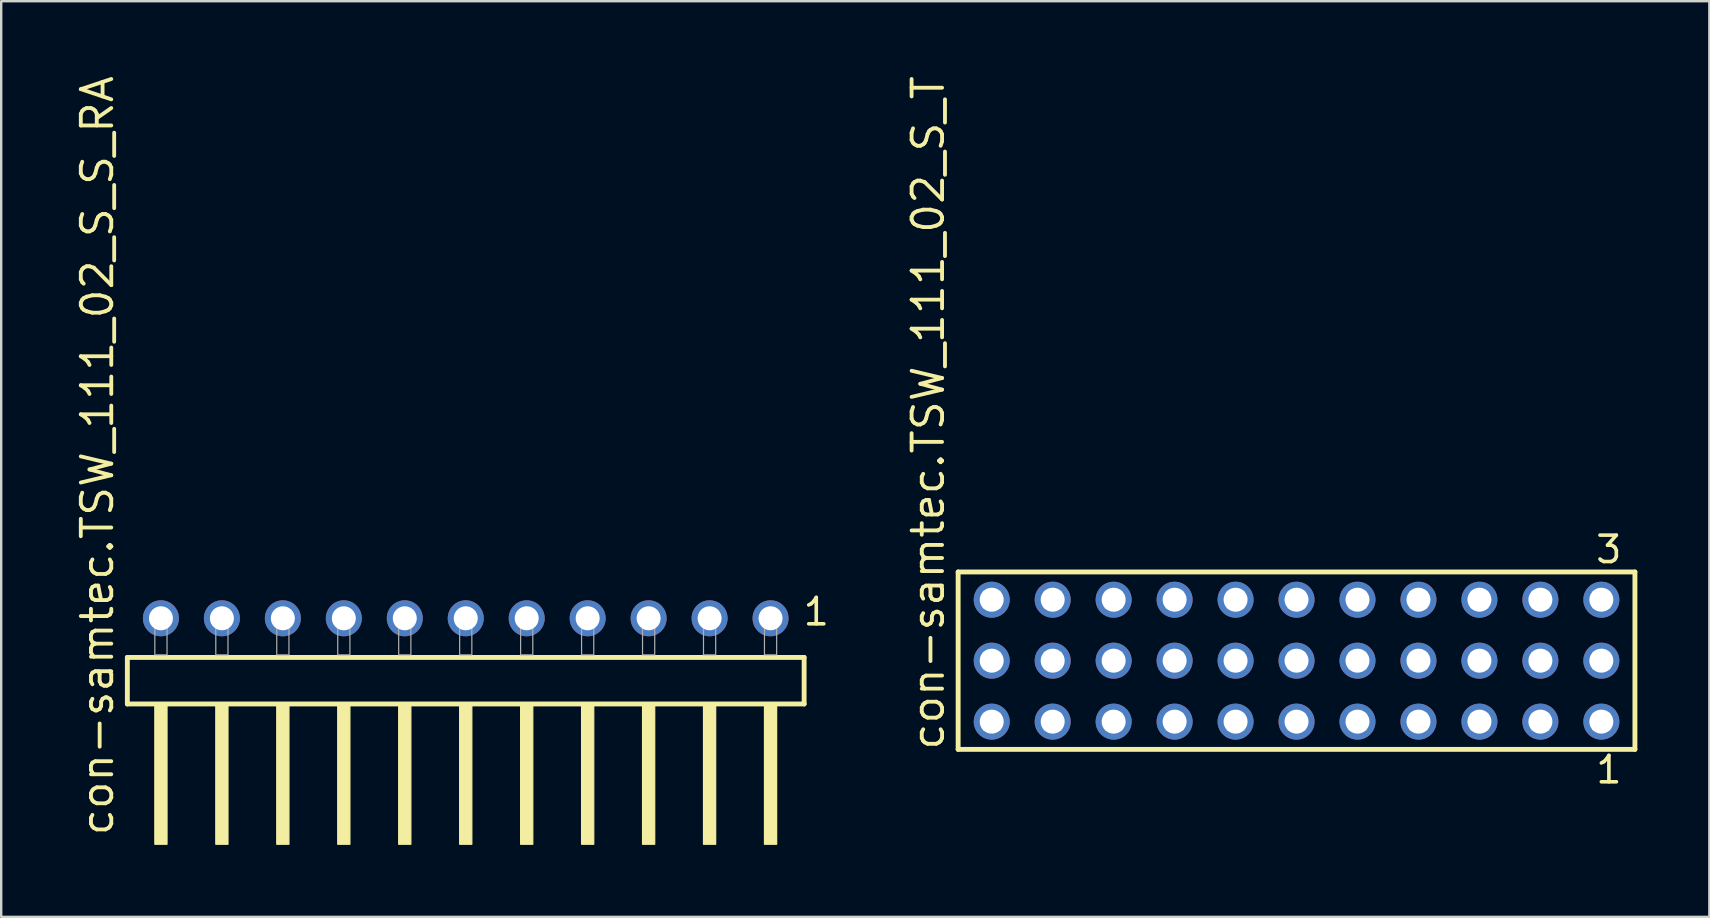
<source format=kicad_pcb>
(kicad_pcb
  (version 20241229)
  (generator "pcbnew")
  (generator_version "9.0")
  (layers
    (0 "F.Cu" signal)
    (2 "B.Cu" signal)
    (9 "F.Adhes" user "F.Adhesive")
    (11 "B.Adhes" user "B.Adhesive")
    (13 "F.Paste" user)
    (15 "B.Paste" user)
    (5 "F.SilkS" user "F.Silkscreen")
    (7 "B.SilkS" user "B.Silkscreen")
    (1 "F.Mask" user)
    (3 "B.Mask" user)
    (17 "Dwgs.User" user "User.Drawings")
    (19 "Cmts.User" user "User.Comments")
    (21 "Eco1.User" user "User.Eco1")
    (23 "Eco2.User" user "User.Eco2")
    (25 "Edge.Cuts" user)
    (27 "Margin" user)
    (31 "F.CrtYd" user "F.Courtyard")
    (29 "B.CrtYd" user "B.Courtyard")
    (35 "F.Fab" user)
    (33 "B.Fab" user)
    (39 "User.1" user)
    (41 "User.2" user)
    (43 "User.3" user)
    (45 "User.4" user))
  (footprint "con-samtec.TSW_111_02_S_T"
    (layer "F.Cu")
    (at 50.97 24.477)
    (property "Reference" "con-samtec.TSW_111_02_S_T" (at -14.605 3.81 90) (layer "F.SilkS") (effects (font (size 1.27 1.27) (thickness 0.16)) (justify left bottom)))
    (attr through_hole)
    (fp_line (start -14.099 -3.695) (end 14.099 -3.695) (stroke (width 0.203) (type default)) (layer "F.SilkS"))
    (fp_line (start -14.099 3.695) (end -14.099 -3.695) (stroke (width 0.203) (type default)) (layer "F.SilkS"))
    (fp_line (start 14.099 -3.695) (end 14.099 3.695) (stroke (width 0.203) (type default)) (layer "F.SilkS"))
    (fp_line (start 14.099 3.695) (end -14.099 3.695) (stroke (width 0.203) (type default)) (layer "F.SilkS"))
    (fp_rect (start -13.05 -2.19) (end -12.35 -2.89) (stroke (width 0.05) (type default)) (fill no) (layer "F.Fab"))
    (fp_rect (start -13.05 0.35) (end -12.35 -0.35) (stroke (width 0.05) (type default)) (fill no) (layer "F.Fab"))
    (fp_rect (start -13.05 2.89) (end -12.35 2.19) (stroke (width 0.05) (type default)) (fill no) (layer "F.Fab"))
    (fp_rect (start -10.51 -2.19) (end -9.81 -2.89) (stroke (width 0.05) (type default)) (fill no) (layer "F.Fab"))
    (fp_rect (start -10.51 0.35) (end -9.81 -0.35) (stroke (width 0.05) (type default)) (fill no) (layer "F.Fab"))
    (fp_rect (start -10.51 2.89) (end -9.81 2.19) (stroke (width 0.05) (type default)) (fill no) (layer "F.Fab"))
    (fp_rect (start -7.97 -2.19) (end -7.27 -2.89) (stroke (width 0.05) (type default)) (fill no) (layer "F.Fab"))
    (fp_rect (start -7.97 0.35) (end -7.27 -0.35) (stroke (width 0.05) (type default)) (fill no) (layer "F.Fab"))
    (fp_rect (start -7.97 2.89) (end -7.27 2.19) (stroke (width 0.05) (type default)) (fill no) (layer "F.Fab"))
    (fp_rect (start -5.43 -2.19) (end -4.73 -2.89) (stroke (width 0.05) (type default)) (fill no) (layer "F.Fab"))
    (fp_rect (start -5.43 0.35) (end -4.73 -0.35) (stroke (width 0.05) (type default)) (fill no) (layer "F.Fab"))
    (fp_rect (start -5.43 2.89) (end -4.73 2.19) (stroke (width 0.05) (type default)) (fill no) (layer "F.Fab"))
    (fp_rect (start -2.89 -2.19) (end -2.19 -2.89) (stroke (width 0.05) (type default)) (fill no) (layer "F.Fab"))
    (fp_rect (start -2.89 0.35) (end -2.19 -0.35) (stroke (width 0.05) (type default)) (fill no) (layer "F.Fab"))
    (fp_rect (start -2.89 2.89) (end -2.19 2.19) (stroke (width 0.05) (type default)) (fill no) (layer "F.Fab"))
    (fp_rect (start -0.35 -2.19) (end 0.35 -2.89) (stroke (width 0.05) (type default)) (fill no) (layer "F.Fab"))
    (fp_rect (start -0.35 0.35) (end 0.35 -0.35) (stroke (width 0.05) (type default)) (fill no) (layer "F.Fab"))
    (fp_rect (start -0.35 2.89) (end 0.35 2.19) (stroke (width 0.05) (type default)) (fill no) (layer "F.Fab"))
    (fp_rect (start 2.19 -2.19) (end 2.89 -2.89) (stroke (width 0.05) (type default)) (fill no) (layer "F.Fab"))
    (fp_rect (start 2.19 0.35) (end 2.89 -0.35) (stroke (width 0.05) (type default)) (fill no) (layer "F.Fab"))
    (fp_rect (start 2.19 2.89) (end 2.89 2.19) (stroke (width 0.05) (type default)) (fill no) (layer "F.Fab"))
    (fp_rect (start 4.73 -2.19) (end 5.43 -2.89) (stroke (width 0.05) (type default)) (fill no) (layer "F.Fab"))
    (fp_rect (start 4.73 0.35) (end 5.43 -0.35) (stroke (width 0.05) (type default)) (fill no) (layer "F.Fab"))
    (fp_rect (start 4.73 2.89) (end 5.43 2.19) (stroke (width 0.05) (type default)) (fill no) (layer "F.Fab"))
    (fp_rect (start 7.27 -2.19) (end 7.97 -2.89) (stroke (width 0.05) (type default)) (fill no) (layer "F.Fab"))
    (fp_rect (start 7.27 0.35) (end 7.97 -0.35) (stroke (width 0.05) (type default)) (fill no) (layer "F.Fab"))
    (fp_rect (start 7.27 2.89) (end 7.97 2.19) (stroke (width 0.05) (type default)) (fill no) (layer "F.Fab"))
    (fp_rect (start 9.81 -2.19) (end 10.51 -2.89) (stroke (width 0.05) (type default)) (fill no) (layer "F.Fab"))
    (fp_rect (start 9.81 0.35) (end 10.51 -0.35) (stroke (width 0.05) (type default)) (fill no) (layer "F.Fab"))
    (fp_rect (start 9.81 2.89) (end 10.51 2.19) (stroke (width 0.05) (type default)) (fill no) (layer "F.Fab"))
    (fp_rect (start 12.35 -2.19) (end 13.05 -2.89) (stroke (width 0.05) (type default)) (fill no) (layer "F.Fab"))
    (fp_rect (start 12.35 0.35) (end 13.05 -0.35) (stroke (width 0.05) (type default)) (fill no) (layer "F.Fab"))
    (fp_rect (start 12.35 2.89) (end 13.05 2.19) (stroke (width 0.05) (type default)) (fill no) (layer "F.Fab"))
    (fp_text user "1" (at 12.392 5.188 0) (layer "F.SilkS") (effects (font (size 1.1 1.1) (thickness 0.15)) (justify left bottom)))
    (fp_text user "3" (at 12.388 -3.989 0) (layer "F.SilkS") (effects (font (size 1.1 1.1) (thickness 0.15)) (justify left bottom)))
    (pad "1" thru_hole circle (at 12.7 2.54 180) (size 1.5 1.5) (drill 1) (layers "*.Cu" "*.Mask"))
    (pad "2" thru_hole circle (at 12.7 0 180) (size 1.5 1.5) (drill 1) (layers "*.Cu" "*.Mask"))
    (pad "3" thru_hole circle (at 12.7 -2.54 180) (size 1.5 1.5) (drill 1) (layers "*.Cu" "*.Mask"))
    (pad "4" thru_hole circle (at 10.16 2.54 180) (size 1.5 1.5) (drill 1) (layers "*.Cu" "*.Mask"))
    (pad "5" thru_hole circle (at 10.16 0 180) (size 1.5 1.5) (drill 1) (layers "*.Cu" "*.Mask"))
    (pad "6" thru_hole circle (at 10.16 -2.54 180) (size 1.5 1.5) (drill 1) (layers "*.Cu" "*.Mask"))
    (pad "7" thru_hole circle (at 7.62 2.54 180) (size 1.5 1.5) (drill 1) (layers "*.Cu" "*.Mask"))
    (pad "8" thru_hole circle (at 7.62 0 180) (size 1.5 1.5) (drill 1) (layers "*.Cu" "*.Mask"))
    (pad "9" thru_hole circle (at 7.62 -2.54 180) (size 1.5 1.5) (drill 1) (layers "*.Cu" "*.Mask"))
    (pad "10" thru_hole circle (at 5.08 2.54 180) (size 1.5 1.5) (drill 1) (layers "*.Cu" "*.Mask"))
    (pad "11" thru_hole circle (at 5.08 0 180) (size 1.5 1.5) (drill 1) (layers "*.Cu" "*.Mask"))
    (pad "12" thru_hole circle (at 5.08 -2.54 180) (size 1.5 1.5) (drill 1) (layers "*.Cu" "*.Mask"))
    (pad "13" thru_hole circle (at 2.54 2.54 180) (size 1.5 1.5) (drill 1) (layers "*.Cu" "*.Mask"))
    (pad "14" thru_hole circle (at 2.54 0 180) (size 1.5 1.5) (drill 1) (layers "*.Cu" "*.Mask"))
    (pad "15" thru_hole circle (at 2.54 -2.54 180) (size 1.5 1.5) (drill 1) (layers "*.Cu" "*.Mask"))
    (pad "16" thru_hole circle (at 0 2.54 180) (size 1.5 1.5) (drill 1) (layers "*.Cu" "*.Mask"))
    (pad "17" thru_hole circle (at 0 0 180) (size 1.5 1.5) (drill 1) (layers "*.Cu" "*.Mask"))
    (pad "18" thru_hole circle (at 0 -2.54 180) (size 1.5 1.5) (drill 1) (layers "*.Cu" "*.Mask"))
    (pad "19" thru_hole circle (at -2.54 2.54 180) (size 1.5 1.5) (drill 1) (layers "*.Cu" "*.Mask"))
    (pad "20" thru_hole circle (at -2.54 0 180) (size 1.5 1.5) (drill 1) (layers "*.Cu" "*.Mask"))
    (pad "21" thru_hole circle (at -2.54 -2.54 180) (size 1.5 1.5) (drill 1) (layers "*.Cu" "*.Mask"))
    (pad "22" thru_hole circle (at -5.08 2.54 180) (size 1.5 1.5) (drill 1) (layers "*.Cu" "*.Mask"))
    (pad "23" thru_hole circle (at -5.08 0 180) (size 1.5 1.5) (drill 1) (layers "*.Cu" "*.Mask"))
    (pad "24" thru_hole circle (at -5.08 -2.54 180) (size 1.5 1.5) (drill 1) (layers "*.Cu" "*.Mask"))
    (pad "25" thru_hole circle (at -7.62 2.54 180) (size 1.5 1.5) (drill 1) (layers "*.Cu" "*.Mask"))
    (pad "26" thru_hole circle (at -7.62 0 180) (size 1.5 1.5) (drill 1) (layers "*.Cu" "*.Mask"))
    (pad "27" thru_hole circle (at -7.62 -2.54 180) (size 1.5 1.5) (drill 1) (layers "*.Cu" "*.Mask"))
    (pad "28" thru_hole circle (at -10.16 2.54 180) (size 1.5 1.5) (drill 1) (layers "*.Cu" "*.Mask"))
    (pad "29" thru_hole circle (at -10.16 0 180) (size 1.5 1.5) (drill 1) (layers "*.Cu" "*.Mask"))
    (pad "30" thru_hole circle (at -10.16 -2.54 180) (size 1.5 1.5) (drill 1) (layers "*.Cu" "*.Mask"))
    (pad "31" thru_hole circle (at -12.7 2.54 180) (size 1.5 1.5) (drill 1) (layers "*.Cu" "*.Mask"))
    (pad "32" thru_hole circle (at -12.7 0 180) (size 1.5 1.5) (drill 1) (layers "*.Cu" "*.Mask"))
    (pad "33" thru_hole circle (at -12.7 -2.54 180) (size 1.5 1.5) (drill 1) (layers "*.Cu" "*.Mask")))
  (footprint "con-samtec.TSW_111_02_S_S_RA"
    (layer "F.Cu")
    (at 16.355 24.235)
    (property "Reference" "con-samtec.TSW_111_02_S_S_RA" (at -14.605 7.62 90) (layer "F.SilkS") (effects (font (size 1.27 1.27) (thickness 0.16)) (justify left bottom)))
    (attr through_hole)
    (fp_line (start -14.099 0.106) (end -14.099 2.046) (stroke (width 0.203) (type default)) (layer "F.SilkS"))
    (fp_line (start -14.099 2.046) (end 14.099 2.046) (stroke (width 0.203) (type default)) (layer "F.SilkS"))
    (fp_line (start 14.099 0.106) (end -14.099 0.106) (stroke (width 0.203) (type default)) (layer "F.SilkS"))
    (fp_line (start 14.099 2.046) (end 14.099 0.106) (stroke (width 0.203) (type default)) (layer "F.SilkS"))
    (fp_rect (start -12.954 7.89) (end -12.446 2.04) (stroke (width 0.05) (type default)) (fill yes) (layer "F.SilkS"))
    (fp_rect (start -10.414 7.89) (end -9.906 2.04) (stroke (width 0.05) (type default)) (fill yes) (layer "F.SilkS"))
    (fp_rect (start -7.874 7.89) (end -7.366 2.04) (stroke (width 0.05) (type default)) (fill yes) (layer "F.SilkS"))
    (fp_rect (start -5.334 7.89) (end -4.826 2.04) (stroke (width 0.05) (type default)) (fill yes) (layer "F.SilkS"))
    (fp_rect (start -2.794 7.89) (end -2.286 2.04) (stroke (width 0.05) (type default)) (fill yes) (layer "F.SilkS"))
    (fp_rect (start -0.254 7.89) (end 0.254 2.04) (stroke (width 0.05) (type default)) (fill yes) (layer "F.SilkS"))
    (fp_rect (start 2.286 7.89) (end 2.794 2.04) (stroke (width 0.05) (type default)) (fill yes) (layer "F.SilkS"))
    (fp_rect (start 4.826 7.89) (end 5.334 2.04) (stroke (width 0.05) (type default)) (fill yes) (layer "F.SilkS"))
    (fp_rect (start 7.366 7.89) (end 7.874 2.04) (stroke (width 0.05) (type default)) (fill yes) (layer "F.SilkS"))
    (fp_rect (start 9.906 7.89) (end 10.414 2.04) (stroke (width 0.05) (type default)) (fill yes) (layer "F.SilkS"))
    (fp_rect (start 12.446 7.89) (end 12.954 2.04) (stroke (width 0.05) (type default)) (fill yes) (layer "F.SilkS"))
    (fp_rect (start -12.954 0) (end -12.446 -1.778) (stroke (width 0.05) (type default)) (fill no) (layer "F.Fab"))
    (fp_rect (start -10.414 0) (end -9.906 -1.778) (stroke (width 0.05) (type default)) (fill no) (layer "F.Fab"))
    (fp_rect (start -7.874 0) (end -7.366 -1.778) (stroke (width 0.05) (type default)) (fill no) (layer "F.Fab"))
    (fp_rect (start -5.334 0) (end -4.826 -1.778) (stroke (width 0.05) (type default)) (fill no) (layer "F.Fab"))
    (fp_rect (start -2.794 0) (end -2.286 -1.778) (stroke (width 0.05) (type default)) (fill no) (layer "F.Fab"))
    (fp_rect (start -0.254 0) (end 0.254 -1.778) (stroke (width 0.05) (type default)) (fill no) (layer "F.Fab"))
    (fp_rect (start 2.286 0) (end 2.794 -1.778) (stroke (width 0.05) (type default)) (fill no) (layer "F.Fab"))
    (fp_rect (start 4.826 0) (end 5.334 -1.778) (stroke (width 0.05) (type default)) (fill no) (layer "F.Fab"))
    (fp_rect (start 7.366 0) (end 7.874 -1.778) (stroke (width 0.05) (type default)) (fill no) (layer "F.Fab"))
    (fp_rect (start 9.906 0) (end 10.414 -1.778) (stroke (width 0.05) (type default)) (fill no) (layer "F.Fab"))
    (fp_rect (start 12.446 0) (end 12.954 -1.778) (stroke (width 0.05) (type default)) (fill no) (layer "F.Fab"))
    (fp_text user "1" (at 13.982 -1.152 0) (layer "F.SilkS") (effects (font (size 1.1 1.1) (thickness 0.15)) (justify left bottom)))
    (pad "1" thru_hole circle (at 12.7 -1.524 180) (size 1.5 1.5) (drill 1) (layers "*.Cu" "*.Mask"))
    (pad "2" thru_hole circle (at 10.16 -1.524 180) (size 1.5 1.5) (drill 1) (layers "*.Cu" "*.Mask"))
    (pad "3" thru_hole circle (at 7.62 -1.524 180) (size 1.5 1.5) (drill 1) (layers "*.Cu" "*.Mask"))
    (pad "4" thru_hole circle (at 5.08 -1.524 180) (size 1.5 1.5) (drill 1) (layers "*.Cu" "*.Mask"))
    (pad "5" thru_hole circle (at 2.54 -1.524 180) (size 1.5 1.5) (drill 1) (layers "*.Cu" "*.Mask"))
    (pad "6" thru_hole circle (at 0 -1.524 180) (size 1.5 1.5) (drill 1) (layers "*.Cu" "*.Mask"))
    (pad "7" thru_hole circle (at -2.54 -1.524 180) (size 1.5 1.5) (drill 1) (layers "*.Cu" "*.Mask"))
    (pad "8" thru_hole circle (at -5.08 -1.524 180) (size 1.5 1.5) (drill 1) (layers "*.Cu" "*.Mask"))
    (pad "9" thru_hole circle (at -7.62 -1.524 180) (size 1.5 1.5) (drill 1) (layers "*.Cu" "*.Mask"))
    (pad "10" thru_hole circle (at -10.16 -1.524 180) (size 1.5 1.5) (drill 1) (layers "*.Cu" "*.Mask"))
    (pad "11" thru_hole circle (at -12.7 -1.524 180) (size 1.5 1.5) (drill 1) (layers "*.Cu" "*.Mask")))
  (gr_rect
    (start -3 -3)
    (end 68.17 35.15)
    (stroke (width 0.1) (type default))
    (fill no)
    (layer "Edge.Cuts")))
</source>
